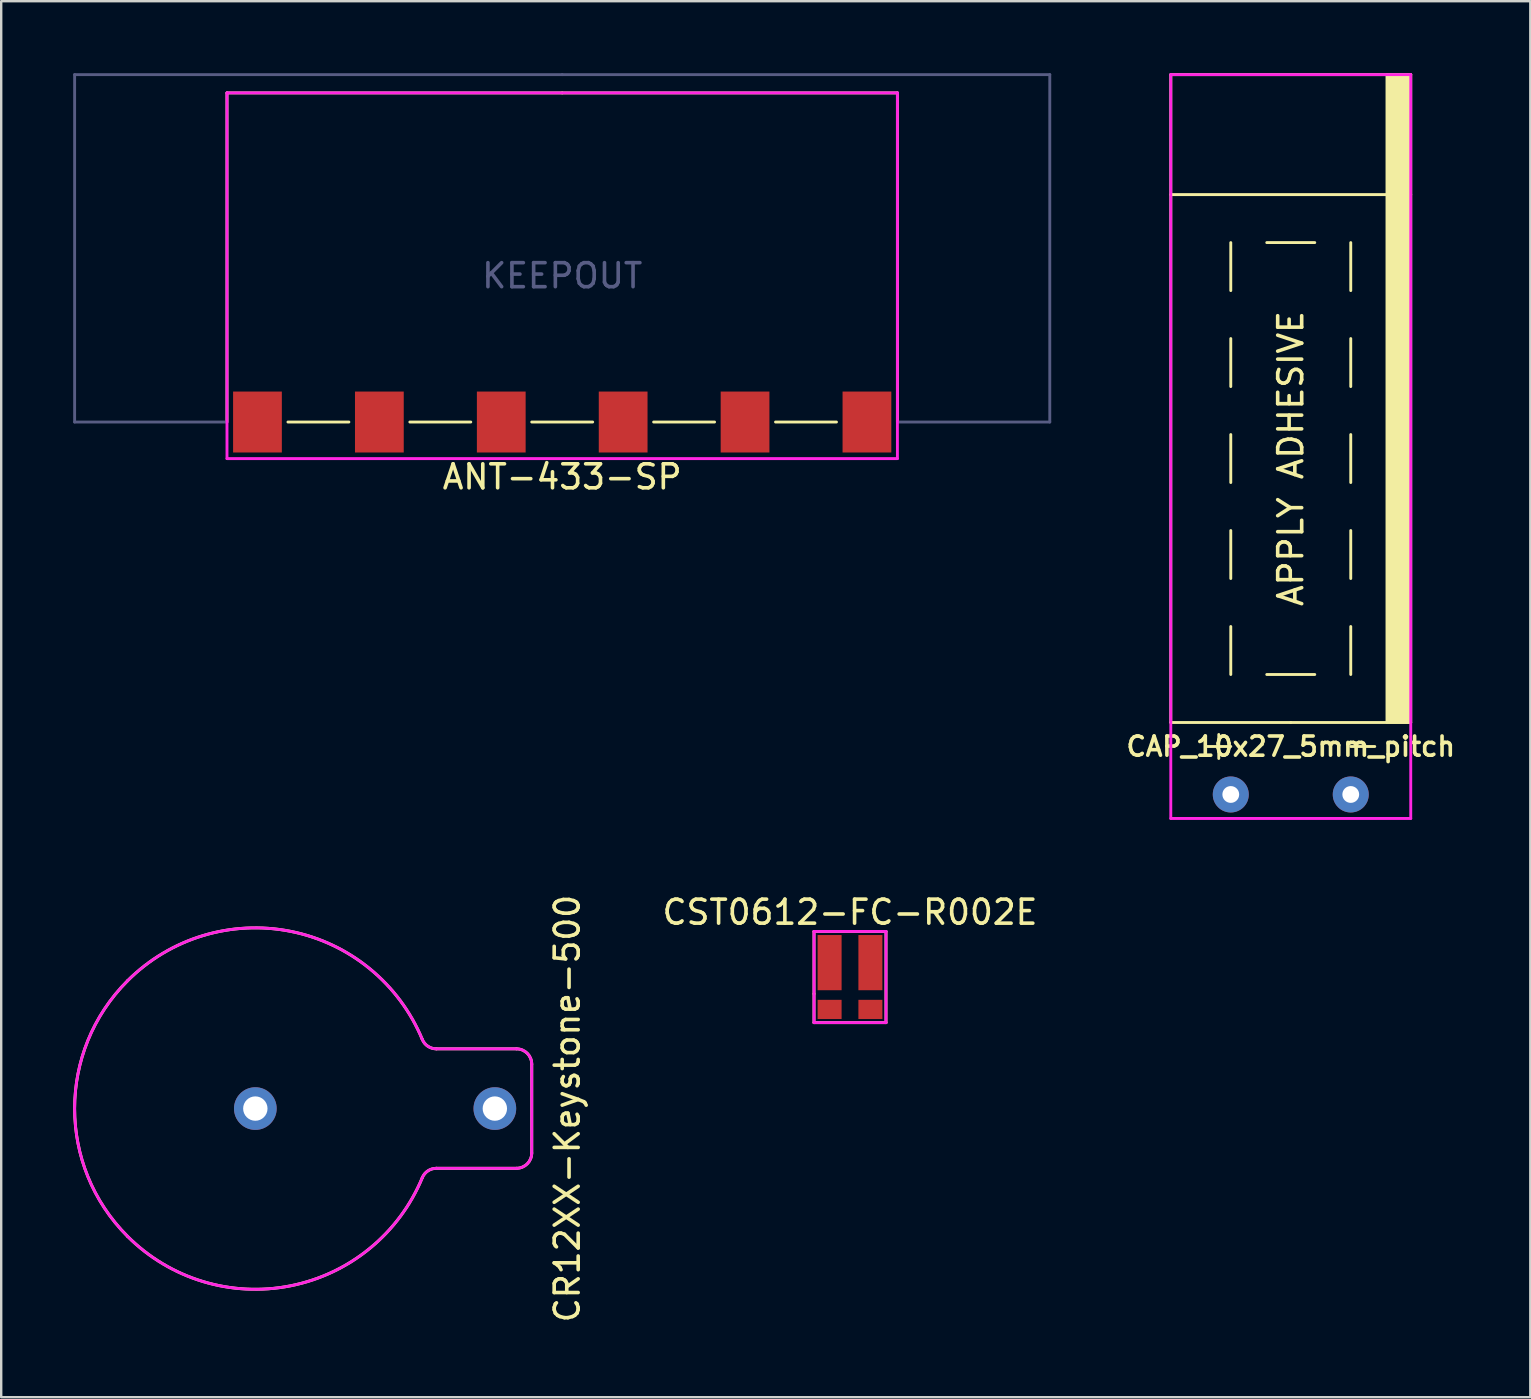
<source format=kicad_pcb>
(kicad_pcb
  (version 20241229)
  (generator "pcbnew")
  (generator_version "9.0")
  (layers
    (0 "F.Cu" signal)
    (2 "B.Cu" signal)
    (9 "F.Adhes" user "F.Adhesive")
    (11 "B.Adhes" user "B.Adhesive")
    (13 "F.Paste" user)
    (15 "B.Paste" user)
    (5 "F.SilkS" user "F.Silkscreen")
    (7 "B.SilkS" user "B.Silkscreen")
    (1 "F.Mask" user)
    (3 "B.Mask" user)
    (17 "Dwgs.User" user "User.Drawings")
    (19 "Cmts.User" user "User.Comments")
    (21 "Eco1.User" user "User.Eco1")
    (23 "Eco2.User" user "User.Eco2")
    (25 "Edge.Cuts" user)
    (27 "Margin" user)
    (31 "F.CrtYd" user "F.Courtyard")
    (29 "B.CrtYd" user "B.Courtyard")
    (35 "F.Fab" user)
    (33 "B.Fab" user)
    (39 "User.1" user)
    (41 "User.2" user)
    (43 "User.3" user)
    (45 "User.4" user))
  (footprint "ANT-433-SP"
    (layer "F.Cu")
    (at 20.38 14.538)
    (property "Reference" "ANT-433-SP" (at 0 2.286 0) (layer "F.SilkS") (effects (font (size 1 1) (thickness 0.15))))
    (attr smd)
    (fp_line (start -13.97 -13.716) (end -13.97 0) (stroke (width 0.12) (type solid)) (layer "F.SilkS"))
    (fp_line (start -11.43 0) (end -8.89 0) (stroke (width 0.12) (type solid)) (layer "F.SilkS"))
    (fp_line (start -6.35 0) (end -3.81 0) (stroke (width 0.12) (type solid)) (layer "F.SilkS"))
    (fp_line (start -1.27 0) (end 1.27 0) (stroke (width 0.12) (type solid)) (layer "F.SilkS"))
    (fp_line (start 0 -13.716) (end -13.97 -13.716) (stroke (width 0.12) (type solid)) (layer "F.SilkS"))
    (fp_line (start 0 -13.716) (end 13.97 -13.716) (stroke (width 0.12) (type solid)) (layer "F.SilkS"))
    (fp_line (start 3.81 0) (end 6.35 0) (stroke (width 0.12) (type solid)) (layer "F.SilkS"))
    (fp_line (start 8.89 0) (end 11.43 0) (stroke (width 0.12) (type solid)) (layer "F.SilkS"))
    (fp_line (start 13.97 -13.716) (end 13.97 0) (stroke (width 0.12) (type solid)) (layer "F.SilkS"))
    (fp_line (start -13.97 -13.716) (end 13.97 -13.716) (stroke (width 0.12) (type solid)) (layer "F.CrtYd"))
    (fp_line (start -13.97 1.524) (end -13.97 -13.716) (stroke (width 0.12) (type solid)) (layer "F.CrtYd"))
    (fp_line (start 13.97 -13.716) (end 13.97 1.524) (stroke (width 0.12) (type solid)) (layer "F.CrtYd"))
    (fp_line (start 13.97 1.524) (end -13.97 1.524) (stroke (width 0.12) (type solid)) (layer "F.CrtYd"))
    (fp_line (start -20.32 -14.478) (end -20.32 0) (stroke (width 0.12) (type solid)) (layer "B.Fab"))
    (fp_line (start -20.32 0) (end -13.97 0) (stroke (width 0.12) (type solid)) (layer "B.Fab"))
    (fp_line (start 0 -14.478) (end -20.32 -14.478) (stroke (width 0.12) (type solid)) (layer "B.Fab"))
    (fp_line (start 13.97 0) (end 20.32 0) (stroke (width 0.12) (type solid)) (layer "B.Fab"))
    (fp_line (start 20.32 -14.478) (end 0 -14.478) (stroke (width 0.12) (type solid)) (layer "B.Fab"))
    (fp_line (start 20.32 0) (end 20.32 -14.478) (stroke (width 0.12) (type solid)) (layer "B.Fab"))
    (fp_text user "KEEPOUT" (at 0 -6.096 0) (layer "B.Fab") (effects (font (size 1 1) (thickness 0.15))))
    (pad "1" smd rect (at -12.7 0) (size 2.032 2.54) (layers "F.Cu" "F.Mask" "F.Paste"))
    (pad "2" smd rect (at -7.62 0) (size 2.032 2.54) (layers "F.Cu" "F.Mask" "F.Paste"))
    (pad "2" smd rect (at -2.54 0) (size 2.032 2.54) (layers "F.Cu" "F.Mask" "F.Paste"))
    (pad "2" smd rect (at 2.54 0) (size 2.032 2.54) (layers "F.Cu" "F.Mask" "F.Paste"))
    (pad "2" smd rect (at 7.62 0) (size 2.032 2.54) (layers "F.Cu" "F.Mask" "F.Paste"))
    (pad "2" smd rect (at 12.7 0) (size 2.032 2.54) (layers "F.Cu" "F.Mask" "F.Paste")))
  (footprint "CST0612-FC-R002E"
    (layer "F.Cu")
    (at 32.374 37.668)
    (property "Reference" "CST0612-FC-R002E" (at 0 -2.7 0) (layer "F.SilkS") (effects (font (size 1 1) (thickness 0.15))))
    (attr smd)
    (fp_line (start -1.5 -1.9) (end 1.5 -1.9) (stroke (width 0.12) (type solid)) (layer "F.SilkS"))
    (fp_line (start -1.5 0.7) (end -1.5 -1.9) (stroke (width 0.12) (type solid)) (layer "F.SilkS"))
    (fp_line (start -1.5 1.9) (end -1.5 0.7) (stroke (width 0.12) (type solid)) (layer "F.SilkS"))
    (fp_line (start 1.5 -1.9) (end 1.5 1.9) (stroke (width 0.12) (type solid)) (layer "F.SilkS"))
    (fp_line (start 1.5 1.9) (end -1.5 1.9) (stroke (width 0.12) (type solid)) (layer "F.SilkS"))
    (fp_line (start -1.5 -1.9) (end 1.5 -1.9) (stroke (width 0.12) (type solid)) (layer "F.CrtYd"))
    (fp_line (start -1.5 1.9) (end -1.5 -1.9) (stroke (width 0.12) (type solid)) (layer "F.CrtYd"))
    (fp_line (start 1.5 -1.9) (end 1.5 1.9) (stroke (width 0.12) (type solid)) (layer "F.CrtYd"))
    (fp_line (start 1.5 1.9) (end -1.5 1.9) (stroke (width 0.12) (type solid)) (layer "F.CrtYd"))
    (pad "1" smd rect (at -0.85 -0.6) (size 1 2.3) (layers "F.Cu" "F.Mask" "F.Paste"))
    (pad "2" smd rect (at -0.85 1.35) (size 1 0.8) (layers "F.Cu" "F.Mask" "F.Paste"))
    (pad "3" smd rect (at 0.85 1.35) (size 1 0.8) (layers "F.Cu" "F.Mask" "F.Paste"))
    (pad "4" smd rect (at 0.85 -0.6) (size 1 2.3) (layers "F.Cu" "F.Mask" "F.Paste")))
  (footprint "CAP_10x27_5mm_pitch"
    (layer "F.Cu")
    (at 50.743 30.06)
    (property "Reference" "CAP_10x27_5mm_pitch" (at 0 -2 180) (layer "F.SilkS") (effects (font (size 0.8 0.8) (thickness 0.15))))
    (attr through_hole)
    (fp_line (start -5 -25) (end 5 -25) (stroke (width 0.12) (type solid)) (layer "F.SilkS"))
    (fp_line (start -5 -3) (end -5 -30) (stroke (width 0.12) (type solid)) (layer "F.SilkS"))
    (fp_line (start -3.5 -2) (end -2.5 -2) (stroke (width 0.12) (type solid)) (layer "F.SilkS"))
    (fp_line (start -3 -1.5) (end -3 -2.5) (stroke (width 0.12) (type solid)) (layer "F.SilkS"))
    (fp_line (start -2.5 -23) (end -2.5 -21) (stroke (width 0.12) (type solid)) (layer "F.SilkS"))
    (fp_line (start -2.5 -19) (end -2.5 -17) (stroke (width 0.12) (type solid)) (layer "F.SilkS"))
    (fp_line (start -2.5 -15) (end -2.5 -13) (stroke (width 0.12) (type solid)) (layer "F.SilkS"))
    (fp_line (start -2.5 -11) (end -2.5 -9) (stroke (width 0.12) (type solid)) (layer "F.SilkS"))
    (fp_line (start -2.5 -7) (end -2.5 -5) (stroke (width 0.12) (type solid)) (layer "F.SilkS"))
    (fp_line (start -1 -23) (end 1 -23) (stroke (width 0.12) (type solid)) (layer "F.SilkS"))
    (fp_line (start -1 -5) (end 1 -5) (stroke (width 0.12) (type solid)) (layer "F.SilkS"))
    (fp_line (start 0 -3) (end -5 -3) (stroke (width 0.12) (type solid)) (layer "F.SilkS"))
    (fp_line (start 0 -3) (end 5 -3) (stroke (width 0.12) (type solid)) (layer "F.SilkS"))
    (fp_line (start 2.5 -21) (end 2.5 -23) (stroke (width 0.12) (type solid)) (layer "F.SilkS"))
    (fp_line (start 2.5 -17) (end 2.5 -19) (stroke (width 0.12) (type solid)) (layer "F.SilkS"))
    (fp_line (start 2.5 -13) (end 2.5 -15) (stroke (width 0.12) (type solid)) (layer "F.SilkS"))
    (fp_line (start 2.5 -9) (end 2.5 -11) (stroke (width 0.12) (type solid)) (layer "F.SilkS"))
    (fp_line (start 2.5 -5) (end 2.5 -7) (stroke (width 0.12) (type solid)) (layer "F.SilkS"))
    (fp_line (start 2.5 -2) (end 3.5 -2) (stroke (width 0.12) (type solid)) (layer "F.SilkS"))
    (fp_line (start 5 -30) (end -5 -30) (stroke (width 0.12) (type solid)) (layer "F.SilkS"))
    (fp_line (start 5 -3) (end 5 -30) (stroke (width 0.12) (type solid)) (layer "F.SilkS"))
    (fp_poly (pts (xy 5 -3) (xy 4 -3) (xy 4 -30) (xy 5 -30)) (stroke (width 0.1) (type solid)) (fill yes) (layer "F.SilkS"))
    (fp_line (start -5 -30) (end 5 -30) (stroke (width 0.12) (type solid)) (layer "F.CrtYd"))
    (fp_line (start -5 1) (end -5 -30) (stroke (width 0.12) (type solid)) (layer "F.CrtYd"))
    (fp_line (start 5 -30) (end 5 1) (stroke (width 0.12) (type solid)) (layer "F.CrtYd"))
    (fp_line (start 5 1) (end -5 1) (stroke (width 0.12) (type solid)) (layer "F.CrtYd"))
    (fp_text user "APPLY ADHESIVE" (at 0 -14 90) (layer "F.SilkS") (effects (font (size 1 1) (thickness 0.15))))
    (pad "1" thru_hole circle (at -2.5 0) (size 1.5 1.5) (drill 0.7) (layers "*.Cu" "*.Mask"))
    (pad "2" thru_hole circle (at 2.5 0) (size 1.5 1.5) (drill 0.7) (layers "*.Cu" "*.Mask")))
  (footprint "CR12XX-Keystone-500"
    (layer "F.Cu")
    (at 7.591 43.15)
    (property "Reference" "CR12XX-Keystone-500" (at 13 0 90) (layer "F.SilkS") (effects (font (size 1 1) (thickness 0.15))))
    (attr through_hole)
    (fp_line (start 7.545 2.489) (end 10.884 2.489) (stroke (width 0.12) (type solid)) (layer "F.SilkS"))
    (fp_line (start 10.884 -2.489) (end 7.545 -2.489) (stroke (width 0.12) (type solid)) (layer "F.SilkS"))
    (fp_line (start 11.519 1.854) (end 11.519 -1.854) (stroke (width 0.12) (type solid)) (layer "F.SilkS"))
    (fp_arc (start -5.325291 -5.325292) (mid 1.469652 -7.38631) (end 6.958146 -2.88126) (stroke (width 0.12) (type solid)) (layer "F.SilkS"))
    (fp_arc (start -5.325291 5.325291) (mid -7.531099 0) (end -5.325291 -5.325291) (stroke (width 0.12) (type solid)) (layer "F.SilkS"))
    (fp_arc (start 6.958145 2.88126) (mid 1.469651 7.386309) (end -5.325291 5.325291) (stroke (width 0.12) (type solid)) (layer "F.SilkS"))
    (fp_arc (start 6.958147 2.88126) (mid 7.192021 2.596236) (end 7.544836 2.4892) (stroke (width 0.12) (type solid)) (layer "F.SilkS"))
    (fp_arc (start 7.544836 -2.489199) (mid 7.19202 -2.596235) (end 6.958146 -2.88126) (stroke (width 0.12) (type solid)) (layer "F.SilkS"))
    (fp_arc (start 10.8839 -2.4892) (mid 11.332913 -2.303213) (end 11.5189 -1.8542) (stroke (width 0.12) (type solid)) (layer "F.SilkS"))
    (fp_arc (start 11.5189 1.854199) (mid 11.332913 2.303213) (end 10.883899 2.4892) (stroke (width 0.12) (type solid)) (layer "F.SilkS"))
    (fp_line (start 7.545 2.489) (end 10.884 2.489) (stroke (width 0.12) (type solid)) (layer "F.CrtYd"))
    (fp_line (start 10.884 -2.489) (end 7.545 -2.489) (stroke (width 0.12) (type solid)) (layer "F.CrtYd"))
    (fp_line (start 11.519 1.854) (end 11.519 -1.854) (stroke (width 0.12) (type solid)) (layer "F.CrtYd"))
    (fp_arc (start -5.325291 -5.325292) (mid 1.469652 -7.38631) (end 6.958146 -2.88126) (stroke (width 0.12) (type solid)) (layer "F.CrtYd"))
    (fp_arc (start -5.325291 5.325291) (mid -7.531099 0) (end -5.325291 -5.325291) (stroke (width 0.12) (type solid)) (layer "F.CrtYd"))
    (fp_arc (start 6.958145 2.88126) (mid 1.469651 7.386309) (end -5.325291 5.325291) (stroke (width 0.12) (type solid)) (layer "F.CrtYd"))
    (fp_arc (start 6.958147 2.88126) (mid 7.192021 2.596236) (end 7.544836 2.4892) (stroke (width 0.12) (type solid)) (layer "F.CrtYd"))
    (fp_arc (start 7.544836 -2.489199) (mid 7.19202 -2.596235) (end 6.958146 -2.88126) (stroke (width 0.12) (type solid)) (layer "F.CrtYd"))
    (fp_arc (start 10.8839 -2.4892) (mid 11.332913 -2.303213) (end 11.5189 -1.8542) (stroke (width 0.12) (type solid)) (layer "F.CrtYd"))
    (fp_arc (start 11.5189 1.854199) (mid 11.332913 2.303213) (end 10.883899 2.4892) (stroke (width 0.12) (type solid)) (layer "F.CrtYd"))
    (pad "1" thru_hole circle (at 9.982 0) (size 1.778 1.778) (drill 1.016) (layers "*.Cu" "*.Mask"))
    (pad "2" thru_hole circle (at 0 0) (size 1.778 1.778) (drill 1.016) (layers "*.Cu" "*.Mask")))
  (gr_rect
    (start -3 -3)
    (end 60.726 55.18)
    (stroke (width 0.1) (type default))
    (fill no)
    (layer "Edge.Cuts")))
</source>
